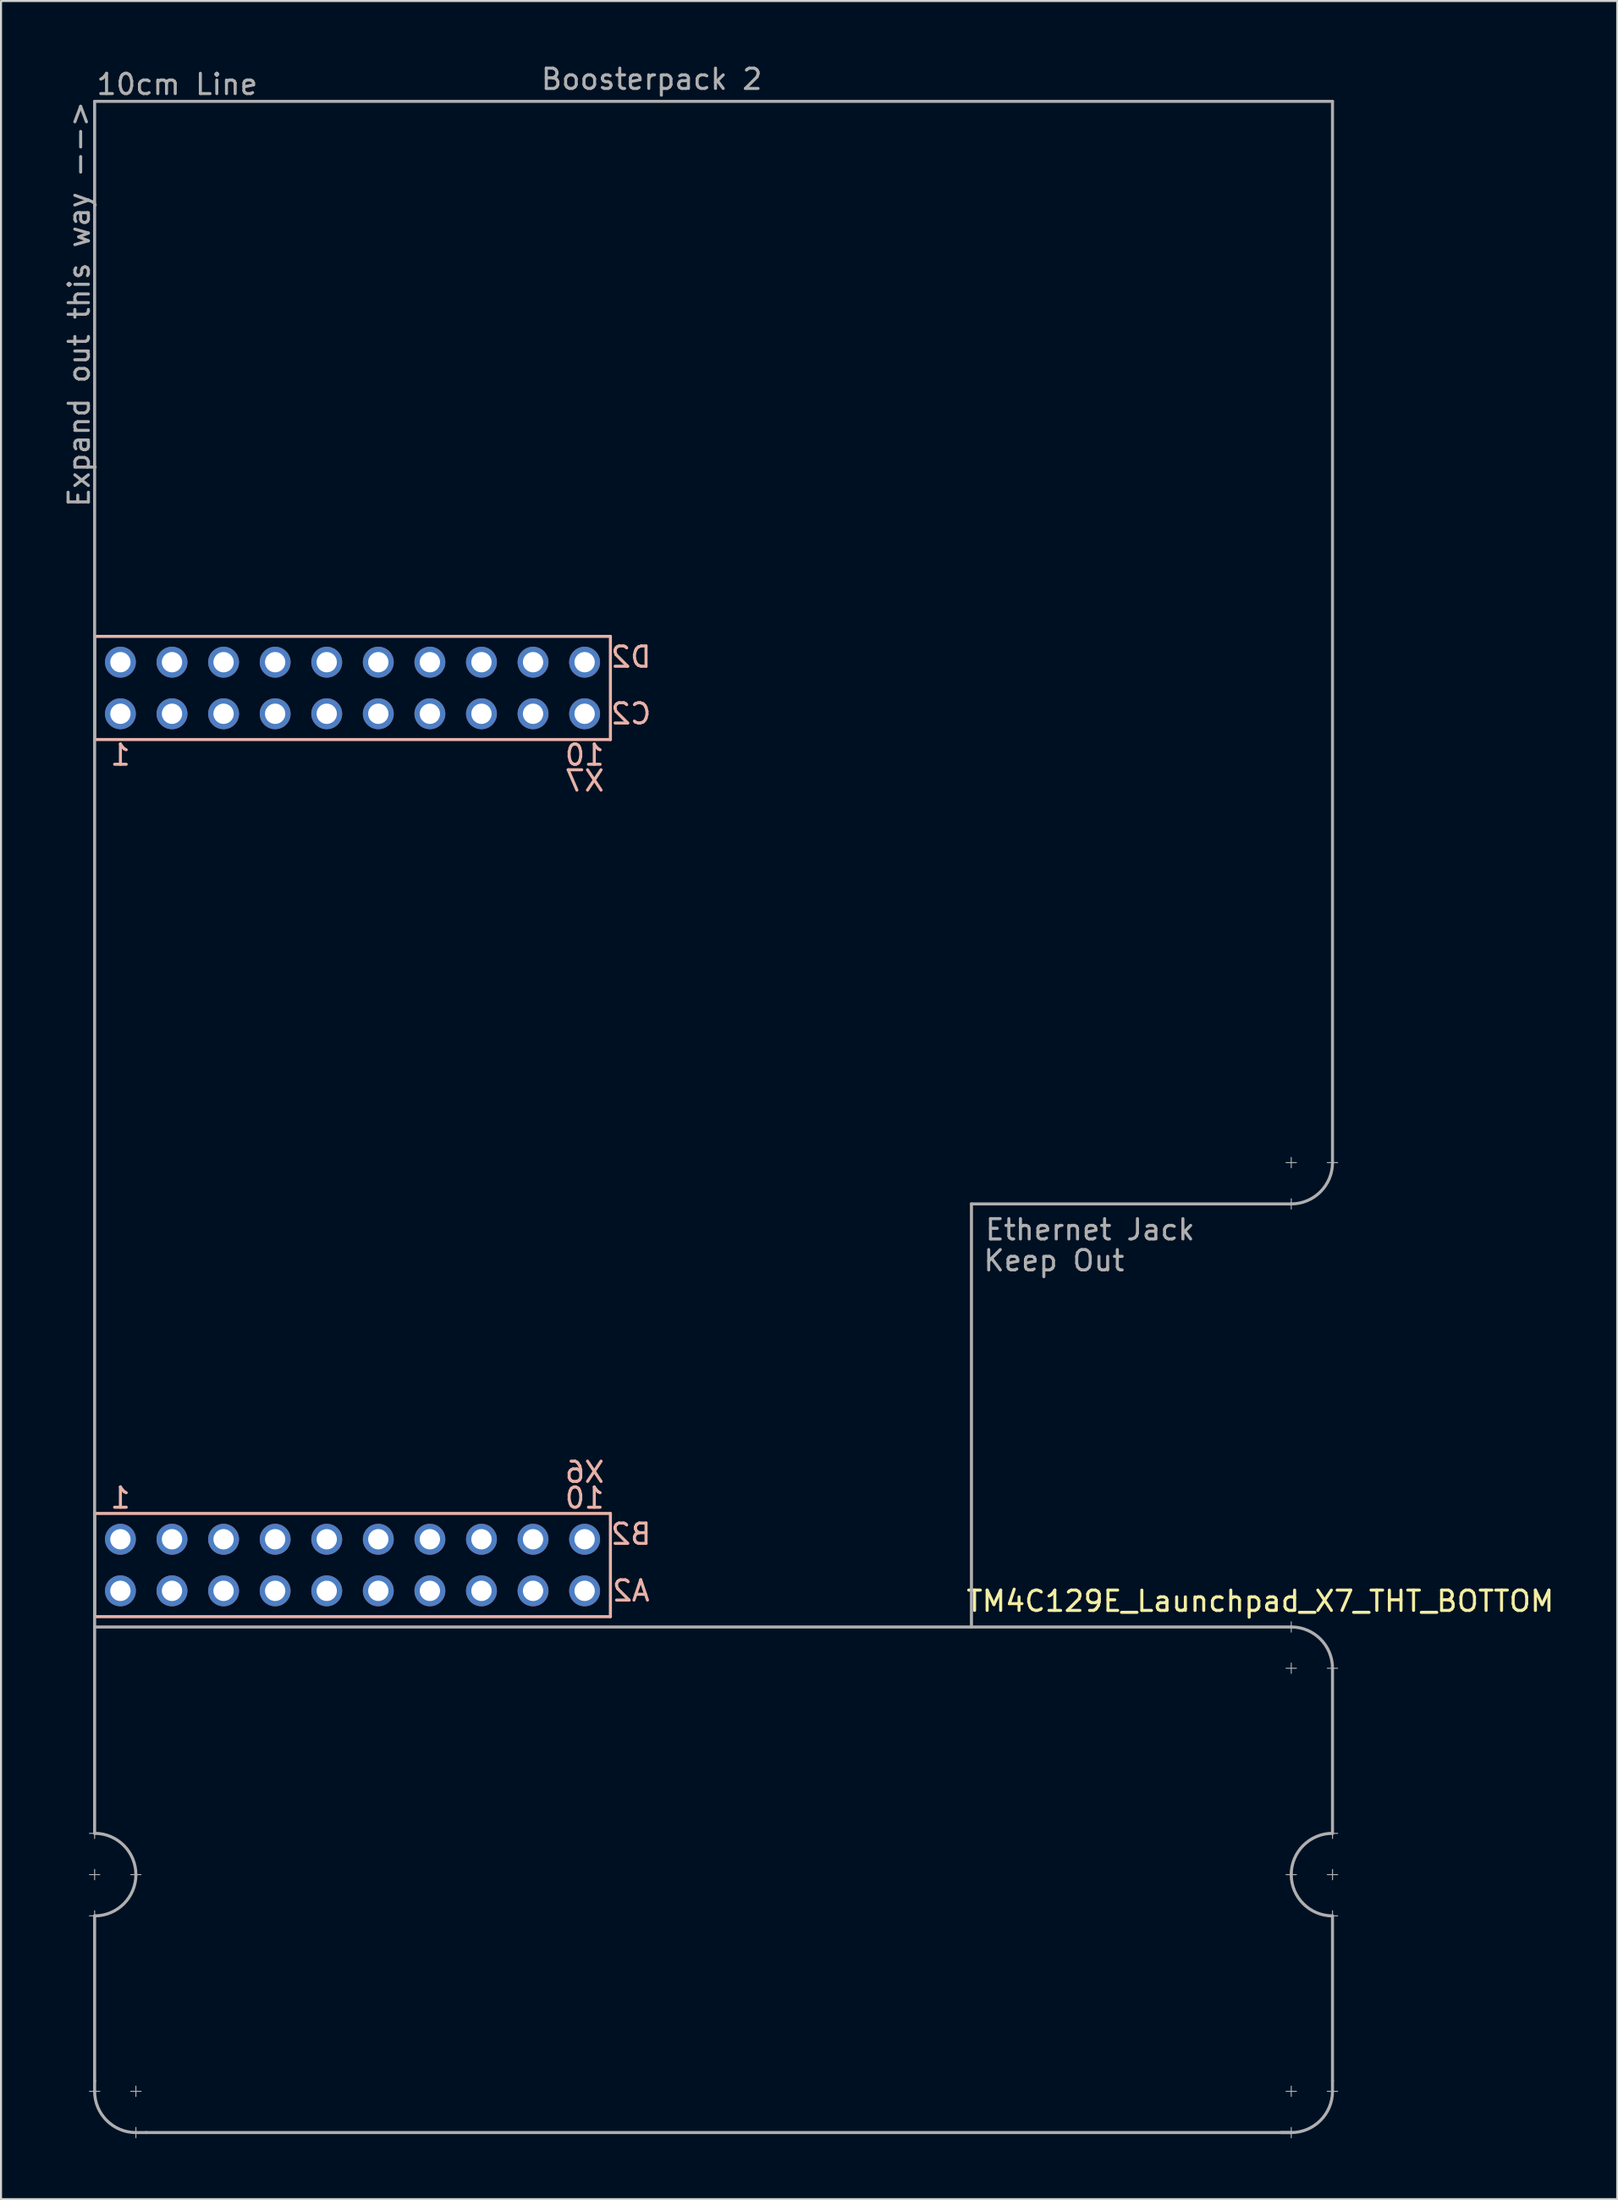
<source format=kicad_pcb>
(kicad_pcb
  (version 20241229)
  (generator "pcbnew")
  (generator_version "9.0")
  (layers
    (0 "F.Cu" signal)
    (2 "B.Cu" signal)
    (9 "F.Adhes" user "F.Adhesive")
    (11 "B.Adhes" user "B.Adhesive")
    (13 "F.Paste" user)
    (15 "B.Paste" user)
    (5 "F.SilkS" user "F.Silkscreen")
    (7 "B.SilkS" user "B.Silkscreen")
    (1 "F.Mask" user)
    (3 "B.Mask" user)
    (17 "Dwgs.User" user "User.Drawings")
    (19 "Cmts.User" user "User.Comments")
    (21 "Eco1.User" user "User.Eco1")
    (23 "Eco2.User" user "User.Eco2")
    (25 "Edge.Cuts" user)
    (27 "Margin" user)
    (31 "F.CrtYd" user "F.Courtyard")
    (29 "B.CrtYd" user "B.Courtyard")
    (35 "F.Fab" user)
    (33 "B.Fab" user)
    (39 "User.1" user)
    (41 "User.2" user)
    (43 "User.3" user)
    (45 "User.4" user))
  (footprint "TM4C129E_Launchpad_X7_THT_BOTTOM"
    (layer "F.Cu")
    (at 1.61 76.54)
    (property "Reference" "TM4C129E_Launchpad_X7_THT_BOTTOM" (at 57.404 -0.762 180) (layer "F.SilkS") (effects (font (size 1 1) (thickness 0.15))))
    (attr through_hole)
    (fp_line (start 0 -48.26) (end 0 -43.18) (stroke (width 0.15) (type solid)) (layer "B.SilkS"))
    (fp_line (start 0 -43.18) (end 25.4 -43.18) (stroke (width 0.15) (type solid)) (layer "B.SilkS"))
    (fp_line (start 0 -5.08) (end 0 0) (stroke (width 0.15) (type solid)) (layer "B.SilkS"))
    (fp_line (start 0 0) (end 25.4 0) (stroke (width 0.15) (type solid)) (layer "B.SilkS"))
    (fp_line (start 25.4 -48.26) (end 0 -48.26) (stroke (width 0.15) (type solid)) (layer "B.SilkS"))
    (fp_line (start 25.4 -43.18) (end 25.4 -48.26) (stroke (width 0.15) (type solid)) (layer "B.SilkS"))
    (fp_line (start 25.4 -5.08) (end 0 -5.08) (stroke (width 0.15) (type solid)) (layer "B.SilkS"))
    (fp_line (start 25.4 0) (end 25.4 -5.08) (stroke (width 0.15) (type solid)) (layer "B.SilkS"))
    (fp_line (start 0 -74.6) (end 60.96 -74.6) (stroke (width 0.15) (type solid)) (layer "F.Fab"))
    (fp_line (start 0 0) (end 0 -74.6) (stroke (width 0.15) (type solid)) (layer "F.Fab"))
    (fp_line (start 0 0) (end 0 10.668) (stroke (width 0.15) (type solid)) (layer "F.Fab"))
    (fp_line (start 0 0.508) (end 58.928 0.508) (stroke (width 0.15) (type solid)) (layer "F.Fab"))
    (fp_line (start 0 10.922) (end 0 10.414) (stroke (width 0.05) (type solid)) (layer "F.Fab"))
    (fp_line (start 0 12.954) (end 0 12.446) (stroke (width 0.05) (type solid)) (layer "F.Fab"))
    (fp_line (start 0 14.732) (end 0 22.86) (stroke (width 0.15) (type solid)) (layer "F.Fab"))
    (fp_line (start 0 14.986) (end 0 14.478) (stroke (width 0.05) (type solid)) (layer "F.Fab"))
    (fp_line (start 0 23.368) (end 0 22.835) (stroke (width 0.15) (type solid)) (layer "F.Fab"))
    (fp_line (start 0.254 10.668) (end -0.254 10.668) (stroke (width 0.05) (type solid)) (layer "F.Fab"))
    (fp_line (start 0.254 12.7) (end -0.254 12.7) (stroke (width 0.05) (type solid)) (layer "F.Fab"))
    (fp_line (start 0.254 14.732) (end -0.254 14.732) (stroke (width 0.05) (type solid)) (layer "F.Fab"))
    (fp_line (start 0.254 23.368) (end -0.254 23.368) (stroke (width 0.05) (type solid)) (layer "F.Fab"))
    (fp_line (start 2.032 23.622) (end 2.032 23.114) (stroke (width 0.05) (type solid)) (layer "F.Fab"))
    (fp_line (start 2.032 25.4) (end 2.54 25.4) (stroke (width 0.15) (type solid)) (layer "F.Fab"))
    (fp_line (start 2.032 25.654) (end 2.032 25.146) (stroke (width 0.05) (type solid)) (layer "F.Fab"))
    (fp_line (start 2.286 12.7) (end 1.778 12.7) (stroke (width 0.05) (type solid)) (layer "F.Fab"))
    (fp_line (start 2.286 23.368) (end 1.778 23.368) (stroke (width 0.05) (type solid)) (layer "F.Fab"))
    (fp_line (start 43.18 -20.32) (end 43.18 0.508) (stroke (width 0.15) (type solid)) (layer "F.Fab"))
    (fp_line (start 58.42 25.4) (end 58.928 25.4) (stroke (width 0.15) (type solid)) (layer "F.Fab"))
    (fp_line (start 58.674 -22.352) (end 59.182 -22.352) (stroke (width 0.05) (type solid)) (layer "F.Fab"))
    (fp_line (start 58.928 -22.098) (end 58.928 -22.606) (stroke (width 0.05) (type solid)) (layer "F.Fab"))
    (fp_line (start 58.928 -20.32) (end 43.18 -20.32) (stroke (width 0.15) (type solid)) (layer "F.Fab"))
    (fp_line (start 58.928 -20.066) (end 58.928 -20.574) (stroke (width 0.05) (type solid)) (layer "F.Fab"))
    (fp_line (start 58.928 0.762) (end 58.928 0.254) (stroke (width 0.05) (type solid)) (layer "F.Fab"))
    (fp_line (start 58.928 2.794) (end 58.928 2.286) (stroke (width 0.05) (type solid)) (layer "F.Fab"))
    (fp_line (start 58.928 23.622) (end 58.928 23.114) (stroke (width 0.05) (type solid)) (layer "F.Fab"))
    (fp_line (start 58.928 25.4) (end 2.54 25.4) (stroke (width 0.15) (type solid)) (layer "F.Fab"))
    (fp_line (start 58.928 25.654) (end 58.928 25.146) (stroke (width 0.05) (type solid)) (layer "F.Fab"))
    (fp_line (start 59.182 2.54) (end 58.674 2.54) (stroke (width 0.05) (type solid)) (layer "F.Fab"))
    (fp_line (start 59.182 12.7) (end 58.674 12.7) (stroke (width 0.05) (type solid)) (layer "F.Fab"))
    (fp_line (start 59.182 23.368) (end 58.674 23.368) (stroke (width 0.05) (type solid)) (layer "F.Fab"))
    (fp_line (start 60.706 -22.352) (end 61.214 -22.352) (stroke (width 0.05) (type solid)) (layer "F.Fab"))
    (fp_line (start 60.96 -74.6) (end 60.96 -22.352) (stroke (width 0.15) (type solid)) (layer "F.Fab"))
    (fp_line (start 60.96 2.54) (end 60.96 10.668) (stroke (width 0.15) (type solid)) (layer "F.Fab"))
    (fp_line (start 60.96 10.922) (end 60.96 10.414) (stroke (width 0.05) (type solid)) (layer "F.Fab"))
    (fp_line (start 60.96 12.954) (end 60.96 12.446) (stroke (width 0.05) (type solid)) (layer "F.Fab"))
    (fp_line (start 60.96 14.732) (end 60.96 22.86) (stroke (width 0.15) (type solid)) (layer "F.Fab"))
    (fp_line (start 60.96 14.986) (end 60.96 14.478) (stroke (width 0.05) (type solid)) (layer "F.Fab"))
    (fp_line (start 60.96 23.368) (end 60.96 22.86) (stroke (width 0.15) (type solid)) (layer "F.Fab"))
    (fp_line (start 61.214 2.54) (end 60.706 2.54) (stroke (width 0.05) (type solid)) (layer "F.Fab"))
    (fp_line (start 61.214 10.668) (end 60.706 10.668) (stroke (width 0.05) (type solid)) (layer "F.Fab"))
    (fp_line (start 61.214 12.7) (end 60.706 12.7) (stroke (width 0.05) (type solid)) (layer "F.Fab"))
    (fp_line (start 61.214 14.732) (end 60.706 14.732) (stroke (width 0.05) (type solid)) (layer "F.Fab"))
    (fp_line (start 61.214 23.368) (end 60.706 23.368) (stroke (width 0.05) (type solid)) (layer "F.Fab"))
    (fp_arc (start 0 10.668) (mid 1.436841 11.263159) (end 2.032 12.7) (stroke (width 0.15) (type solid)) (layer "F.Fab"))
    (fp_arc (start 2.032 12.7) (mid 1.436841 14.136841) (end 0 14.732) (stroke (width 0.15) (type solid)) (layer "F.Fab"))
    (fp_arc (start 2.032 25.4) (mid 0.595159 24.804841) (end 0 23.368) (stroke (width 0.15) (type solid)) (layer "F.Fab"))
    (fp_arc (start 58.928 0.508) (mid 60.364841 1.103159) (end 60.96 2.54) (stroke (width 0.15) (type solid)) (layer "F.Fab"))
    (fp_arc (start 58.928 12.7) (mid 59.523159 11.263159) (end 60.96 10.668) (stroke (width 0.15) (type solid)) (layer "F.Fab"))
    (fp_arc (start 60.96 -22.352) (mid 60.364841 -20.915159) (end 58.928 -20.32) (stroke (width 0.15) (type solid)) (layer "F.Fab"))
    (fp_arc (start 60.96 14.732) (mid 59.523159 14.136841) (end 58.928 12.7) (stroke (width 0.15) (type solid)) (layer "F.Fab"))
    (fp_arc (start 60.96 23.368) (mid 60.364841 24.804841) (end 58.928 25.4) (stroke (width 0.15) (type solid)) (layer "F.Fab"))
    (fp_text user "A2" (at 26.416 -1.27 180) (layer "B.SilkS") (effects (font (size 1 1) (thickness 0.15)) (justify mirror)))
    (fp_text user "B2" (at 26.416 -4.064 180) (layer "B.SilkS") (effects (font (size 1 1) (thickness 0.15)) (justify mirror)))
    (fp_text user "1" (at 1.27 -5.842 180) (layer "B.SilkS") (effects (font (size 1 1) (thickness 0.15)) (justify mirror)))
    (fp_text user "10" (at 24.13 -42.418 180) (layer "B.SilkS") (effects (font (size 1 1) (thickness 0.15)) (justify mirror)))
    (fp_text user "X7" (at 24.13 -41.148 180) (layer "B.SilkS") (effects (font (size 1 1) (thickness 0.15)) (justify mirror)))
    (fp_text user "D2" (at 26.416 -47.244 0) (layer "B.SilkS") (effects (font (size 1 1) (thickness 0.15)) (justify mirror)))
    (fp_text user "10" (at 24.13 -5.842 180) (layer "B.SilkS") (effects (font (size 1 1) (thickness 0.15)) (justify mirror)))
    (fp_text user "X6" (at 24.13 -7.112 0) (layer "B.SilkS") (effects (font (size 1 1) (thickness 0.15)) (justify mirror)))
    (fp_text user "1" (at 1.27 -42.418 180) (layer "B.SilkS") (effects (font (size 1 1) (thickness 0.15)) (justify mirror)))
    (fp_text user "C2" (at 26.416 -44.45 180) (layer "B.SilkS") (effects (font (size 1 1) (thickness 0.15)) (justify mirror)))
    (fp_text user "10cm Line" (at 4.064 -75.438 0) (layer "F.Fab") (effects (font (size 1 1) (thickness 0.15))))
    (fp_text user "Ethernet Jack" (at 49.022 -19.05 0) (layer "F.Fab") (effects (font (size 1 1) (thickness 0.15))))
    (fp_text user "Expand out this way -->" (at -0.762 -64.618 90) (layer "F.Fab") (effects (font (size 1 1) (thickness 0.15))))
    (fp_text user "Keep Out" (at 47.244 -17.526 0) (layer "F.Fab") (effects (font (size 1 1) (thickness 0.15))))
    (fp_text user "Boosterpack 2" (at 27.432 -75.692 0) (layer "F.Fab") (effects (font (size 1 1) (thickness 0.15))))
    (pad "+3V3" thru_hole circle (at 1.27 -1.27 180) (size 1.52 1.52) (drill 1) (layers "*.Cu" "*.Mask" "F.Paste"))
    (pad "+5V" thru_hole circle (at 1.27 -3.81 180) (size 1.52 1.52) (drill 1) (layers "*.Cu" "*.Mask" "F.Paste"))
    (pad "GND" thru_hole circle (at 1.27 -46.99 180) (size 1.52 1.52) (drill 1) (layers "*.Cu" "*.Mask" "F.Paste"))
    (pad "GND" thru_hole circle (at 3.81 -3.81 180) (size 1.52 1.52) (drill 1) (layers "*.Cu" "*.Mask" "F.Paste"))
    (pad "PA4" thru_hole circle (at 21.59 -3.81 180) (size 1.52 1.52) (drill 1) (layers "*.Cu" "*.Mask" "F.Paste"))
    (pad "PA5" thru_hole circle (at 24.13 -3.81 180) (size 1.52 1.52) (drill 1) (layers "*.Cu" "*.Mask" "F.Paste"))
    (pad "PA7" thru_hole circle (at 8.89 -46.99 180) (size 1.52 1.52) (drill 1) (layers "*.Cu" "*.Mask" "F.Paste"))
    (pad "PB4" thru_hole circle (at 6.35 -3.81 180) (size 1.52 1.52) (drill 1) (layers "*.Cu" "*.Mask" "F.Paste"))
    (pad "PB5" thru_hole circle (at 8.89 -3.81 180) (size 1.52 1.52) (drill 1) (layers "*.Cu" "*.Mask" "F.Paste"))
    (pad "PD2" thru_hole circle (at 3.81 -1.27 180) (size 1.52 1.52) (drill 1) (layers "*.Cu" "*.Mask" "F.Paste"))
    (pad "PD4" thru_hole circle (at 11.43 -1.27 180) (size 1.52 1.52) (drill 1) (layers "*.Cu" "*.Mask" "F.Paste"))
    (pad "PD5" thru_hole circle (at 13.97 -1.27 180) (size 1.52 1.52) (drill 1) (layers "*.Cu" "*.Mask" "F.Paste"))
    (pad "PG1" thru_hole circle (at 1.27 -44.45 180) (size 1.52 1.52) (drill 1) (layers "*.Cu" "*.Mask" "F.Paste"))
    (pad "PH0" thru_hole circle (at 16.51 -44.45 180) (size 1.52 1.52) (drill 1) (layers "*.Cu" "*.Mask" "F.Paste"))
    (pad "PH1" thru_hole circle (at 19.05 -44.45 180) (size 1.52 1.52) (drill 1) (layers "*.Cu" "*.Mask" "F.Paste"))
    (pad "PK0" thru_hole circle (at 11.43 -3.81 180) (size 1.52 1.52) (drill 1) (layers "*.Cu" "*.Mask" "F.Paste"))
    (pad "PK1" thru_hole circle (at 13.97 -3.81 180) (size 1.52 1.52) (drill 1) (layers "*.Cu" "*.Mask" "F.Paste"))
    (pad "PK2" thru_hole circle (at 16.51 -3.81 180) (size 1.52 1.52) (drill 1) (layers "*.Cu" "*.Mask" "F.Paste"))
    (pad "PK3" thru_hole circle (at 19.05 -3.81 180) (size 1.52 1.52) (drill 1) (layers "*.Cu" "*.Mask" "F.Paste"))
    (pad "PK4" thru_hole circle (at 3.81 -44.45 180) (size 1.52 1.52) (drill 1) (layers "*.Cu" "*.Mask" "F.Paste"))
    (pad "PK5" thru_hole circle (at 6.35 -44.45 180) (size 1.52 1.52) (drill 1) (layers "*.Cu" "*.Mask" "F.Paste"))
    (pad "PK6" thru_hole circle (at 21.59 -44.45 180) (size 1.52 1.52) (drill 1) (layers "*.Cu" "*.Mask" "F.Paste"))
    (pad "PK7" thru_hole circle (at 24.13 -44.45 180) (size 1.52 1.52) (drill 1) (layers "*.Cu" "*.Mask" "F.Paste"))
    (pad "PM0" thru_hole circle (at 8.89 -44.45 180) (size 1.52 1.52) (drill 1) (layers "*.Cu" "*.Mask" "F.Paste"))
    (pad "PM1" thru_hole circle (at 11.43 -44.45 180) (size 1.52 1.52) (drill 1) (layers "*.Cu" "*.Mask" "F.Paste"))
    (pad "PM2" thru_hole circle (at 13.97 -44.45 180) (size 1.52 1.52) (drill 1) (layers "*.Cu" "*.Mask" "F.Paste"))
    (pad "PM6" thru_hole circle (at 24.13 -46.99 180) (size 1.52 1.52) (drill 1) (layers "*.Cu" "*.Mask" "F.Paste"))
    (pad "PM7" thru_hole circle (at 3.81 -46.99 180) (size 1.52 1.52) (drill 1) (layers "*.Cu" "*.Mask" "F.Paste"))
    (pad "PN4" thru_hole circle (at 24.13 -1.27 180) (size 1.52 1.52) (drill 1) (layers "*.Cu" "*.Mask" "F.Paste"))
    (pad "PN5" thru_hole circle (at 21.59 -1.27 180) (size 1.52 1.52) (drill 1) (layers "*.Cu" "*.Mask" "F.Paste"))
    (pad "PP0" thru_hole circle (at 6.35 -1.27 180) (size 1.52 1.52) (drill 1) (layers "*.Cu" "*.Mask" "F.Paste"))
    (pad "PP1" thru_hole circle (at 8.89 -1.27 180) (size 1.52 1.52) (drill 1) (layers "*.Cu" "*.Mask" "F.Paste"))
    (pad "PP3" thru_hole circle (at 19.05 -46.99 180) (size 1.52 1.52) (drill 1) (layers "*.Cu" "*.Mask" "F.Paste"))
    (pad "PP4" thru_hole circle (at 19.05 -1.27 180) (size 1.52 1.52) (drill 1) (layers "*.Cu" "*.Mask" "F.Paste"))
    (pad "PP5" thru_hole circle (at 6.35 -46.99 180) (size 1.52 1.52) (drill 1) (layers "*.Cu" "*.Mask" "F.Paste"))
    (pad "PQ0" thru_hole circle (at 16.51 -1.27 180) (size 1.52 1.52) (drill 1) (layers "*.Cu" "*.Mask" "F.Paste"))
    (pad "PQ1" thru_hole circle (at 21.59 -46.99 180) (size 1.52 1.52) (drill 1) (layers "*.Cu" "*.Mask" "F.Paste"))
    (pad "PQ2" thru_hole circle (at 13.97 -46.99 180) (size 1.52 1.52) (drill 1) (layers "*.Cu" "*.Mask" "F.Paste"))
    (pad "PQ3" thru_hole circle (at 16.51 -46.99 180) (size 1.52 1.52) (drill 1) (layers "*.Cu" "*.Mask" "F.Paste"))
    (pad "Rese" thru_hole circle (at 11.43 -46.99 180) (size 1.52 1.52) (drill 1) (layers "*.Cu" "*.Mask" "F.Paste")))
  (gr_rect
    (start -3 -3)
    (end 76.592 105.219)
    (stroke (width 0.1) (type default))
    (fill no)
    (layer "Edge.Cuts")))
</source>
